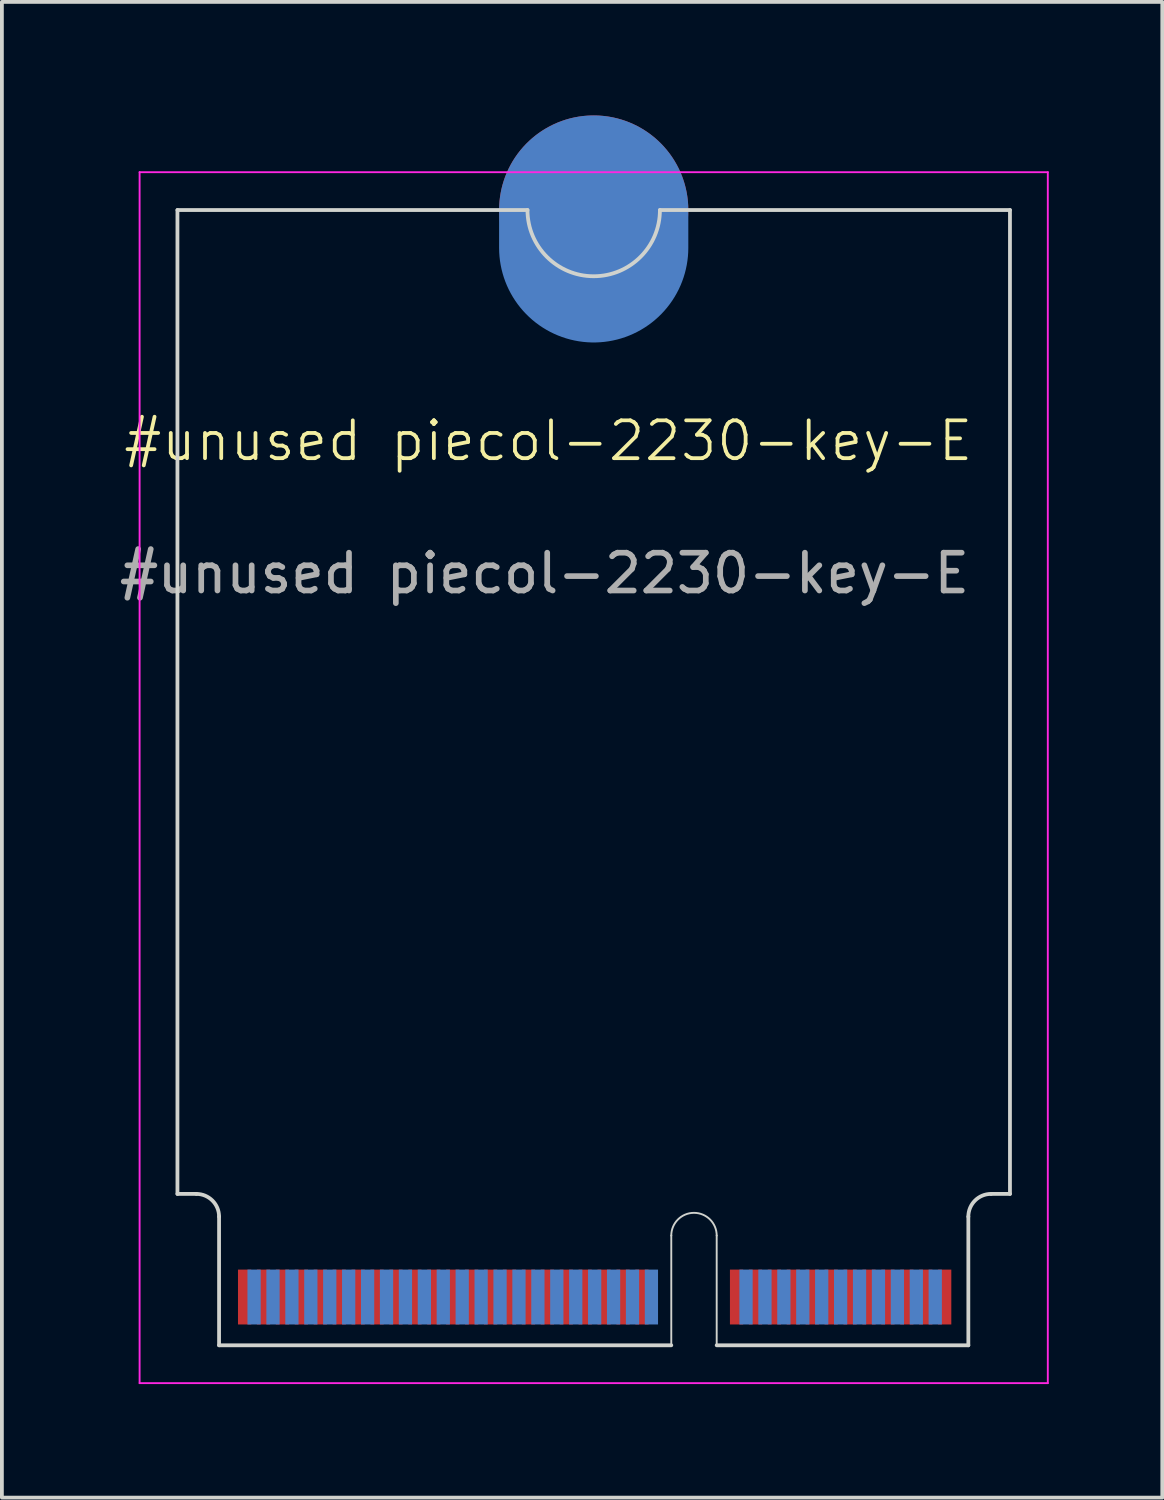
<source format=kicad_pcb>
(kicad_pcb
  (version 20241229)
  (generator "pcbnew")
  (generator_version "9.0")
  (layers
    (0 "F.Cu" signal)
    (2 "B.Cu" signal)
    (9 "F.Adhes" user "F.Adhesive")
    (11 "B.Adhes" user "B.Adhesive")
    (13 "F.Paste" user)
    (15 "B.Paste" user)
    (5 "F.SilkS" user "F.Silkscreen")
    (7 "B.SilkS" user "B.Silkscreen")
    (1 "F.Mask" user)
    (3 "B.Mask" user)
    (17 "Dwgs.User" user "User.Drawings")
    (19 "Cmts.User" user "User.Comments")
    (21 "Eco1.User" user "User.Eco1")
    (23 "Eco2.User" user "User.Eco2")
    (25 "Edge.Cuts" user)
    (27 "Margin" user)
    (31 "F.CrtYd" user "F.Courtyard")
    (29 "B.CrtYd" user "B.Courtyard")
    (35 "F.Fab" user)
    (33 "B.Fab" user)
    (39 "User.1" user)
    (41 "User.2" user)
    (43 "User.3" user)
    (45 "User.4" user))
  (footprint "#unused piecol-2230-key-E"
    (layer "F.Cu")
    (at 0.639 1.5)
    (property "Reference" "#unused piecol-2230-key-E" (at 10.8 7.1 0) (unlocked yes) (layer "F.SilkS") (effects (font (size 1 1) (thickness 0.1))))
    (attr smd)
    (fp_line (start 1 1) (end 1 27) (stroke (width 0.1) (type default)) (layer "Edge.Cuts"))
    (fp_line (start 1 1) (end 10.25 1) (stroke (width 0.1) (type default)) (layer "Edge.Cuts"))
    (fp_line (start 1 27) (end 1.5 27) (stroke (width 0.1) (type default)) (layer "Edge.Cuts"))
    (fp_line (start 2.1 27.6) (end 2.1 31) (stroke (width 0.1) (type default)) (layer "Edge.Cuts"))
    (fp_line (start 2.1 31) (end 14.05 31) (stroke (width 0.1) (type default)) (layer "Edge.Cuts"))
    (fp_line (start 14.05 31) (end 14.05 28.1) (stroke (width 0.05) (type default)) (layer "Edge.Cuts"))
    (fp_line (start 15.25 28.1) (end 15.25 31) (stroke (width 0.05) (type default)) (layer "Edge.Cuts"))
    (fp_line (start 15.25 31) (end 21.9 31) (stroke (width 0.1) (type default)) (layer "Edge.Cuts"))
    (fp_line (start 21.9 27.6) (end 21.9 31) (stroke (width 0.1) (type default)) (layer "Edge.Cuts"))
    (fp_line (start 23 1) (end 13.75 1) (stroke (width 0.1) (type default)) (layer "Edge.Cuts"))
    (fp_line (start 23 1) (end 23 27) (stroke (width 0.1) (type default)) (layer "Edge.Cuts"))
    (fp_line (start 23 27) (end 22.5 27) (stroke (width 0.1) (type default)) (layer "Edge.Cuts"))
    (fp_arc (start 1.5 27) (mid 1.924264 27.175736) (end 2.1 27.6) (stroke (width 0.1) (type default)) (layer "Edge.Cuts"))
    (fp_arc (start 13.75 1) (mid 12 2.75) (end 10.25 1) (stroke (width 0.1) (type default)) (layer "Edge.Cuts"))
    (fp_arc (start 14.05 28.1) (mid 14.65 27.5) (end 15.25 28.1) (stroke (width 0.05) (type default)) (layer "Edge.Cuts"))
    (fp_arc (start 21.9 27.6) (mid 22.075736 27.175736) (end 22.5 27) (stroke (width 0.1) (type default)) (layer "Edge.Cuts"))
    (fp_line (start 0 0) (end 0 32) (stroke (width 0.05) (type default)) (layer "F.CrtYd"))
    (fp_line (start 0 32) (end 24 32) (stroke (width 0.05) (type default)) (layer "F.CrtYd"))
    (fp_line (start 24 0) (end 0 0) (stroke (width 0.05) (type default)) (layer "F.CrtYd"))
    (fp_line (start 24 32) (end 24 0) (stroke (width 0.05) (type default)) (layer "F.CrtYd"))
    (fp_text user "${REFERENCE}" (at 10.7 10.6 0) (unlocked yes) (layer "F.Fab") (effects (font (size 1 1) (thickness 0.15))))
    (pad "1" connect rect (at 21.275 29.725) (size 0.35 1.45) (layers "F.Cu" "F.Mask"))
    (pad "2" connect rect (at 21.025 29.725) (size 0.35 1.45) (layers "B.Cu" "B.Mask"))
    (pad "3" connect rect (at 20.775 29.725) (size 0.35 1.45) (layers "F.Cu" "F.Mask"))
    (pad "4" connect rect (at 20.525 29.725) (size 0.35 1.45) (layers "B.Cu" "B.Mask"))
    (pad "5" connect rect (at 20.275 29.725) (size 0.35 1.45) (layers "F.Cu" "F.Mask"))
    (pad "6" connect rect (at 20.025 29.725) (size 0.35 1.45) (layers "B.Cu" "B.Mask"))
    (pad "7" connect rect (at 19.775 29.725) (size 0.35 1.45) (layers "F.Cu" "F.Mask"))
    (pad "8" connect rect (at 19.525 29.725) (size 0.35 1.45) (layers "B.Cu" "B.Mask"))
    (pad "9" connect rect (at 19.275 29.725) (size 0.35 1.45) (layers "F.Cu" "F.Mask"))
    (pad "10" connect rect (at 19.025 29.725) (size 0.35 1.45) (layers "B.Cu" "B.Mask"))
    (pad "11" connect rect (at 18.775 29.725) (size 0.35 1.45) (layers "F.Cu" "F.Mask"))
    (pad "12" connect rect (at 18.525 29.725) (size 0.35 1.45) (layers "B.Cu" "B.Mask"))
    (pad "13" connect rect (at 18.275 29.725) (size 0.35 1.45) (layers "F.Cu" "F.Mask"))
    (pad "14" connect rect (at 18.025 29.725) (size 0.35 1.45) (layers "B.Cu" "B.Mask"))
    (pad "15" connect rect (at 17.775 29.725) (size 0.35 1.45) (layers "F.Cu" "F.Mask"))
    (pad "16" connect rect (at 17.525 29.725) (size 0.35 1.45) (layers "B.Cu" "B.Mask"))
    (pad "17" connect rect (at 17.275 29.725) (size 0.35 1.45) (layers "F.Cu" "F.Mask"))
    (pad "18" connect rect (at 17.025 29.725) (size 0.35 1.45) (layers "B.Cu" "B.Mask"))
    (pad "19" connect rect (at 16.775 29.725) (size 0.35 1.45) (layers "F.Cu" "F.Mask"))
    (pad "20" connect rect (at 16.525 29.725) (size 0.35 1.45) (layers "B.Cu" "B.Mask"))
    (pad "21" connect rect (at 16.275 29.725) (size 0.35 1.45) (layers "F.Cu" "F.Mask"))
    (pad "22" connect rect (at 16.025 29.725) (size 0.35 1.45) (layers "B.Cu" "B.Mask"))
    (pad "23" connect rect (at 15.775 29.725) (size 0.35 1.45) (layers "F.Cu" "F.Mask"))
    (pad "32" connect rect (at 13.525 29.725) (size 0.35 1.45) (layers "B.Cu" "B.Mask"))
    (pad "33" connect rect (at 13.275 29.725) (size 0.35 1.45) (layers "F.Cu" "F.Mask"))
    (pad "34" connect rect (at 13.025 29.725) (size 0.35 1.45) (layers "B.Cu" "B.Mask"))
    (pad "35" connect rect (at 12.775 29.725) (size 0.35 1.45) (layers "F.Cu" "F.Mask"))
    (pad "36" connect rect (at 12.525 29.725) (size 0.35 1.45) (layers "B.Cu" "B.Mask"))
    (pad "37" connect rect (at 12.275 29.725) (size 0.35 1.45) (layers "F.Cu" "F.Mask"))
    (pad "38" connect rect (at 12.025 29.725) (size 0.35 1.45) (layers "B.Cu" "B.Mask"))
    (pad "39" connect rect (at 11.775 29.725) (size 0.35 1.45) (layers "F.Cu" "F.Mask"))
    (pad "40" connect rect (at 11.525 29.725) (size 0.35 1.45) (layers "B.Cu" "B.Mask"))
    (pad "41" connect rect (at 11.275 29.725) (size 0.35 1.45) (layers "F.Cu" "F.Mask"))
    (pad "42" connect rect (at 11.025 29.725) (size 0.35 1.45) (layers "B.Cu" "B.Mask"))
    (pad "43" connect rect (at 10.775 29.725) (size 0.35 1.45) (layers "F.Cu" "F.Mask"))
    (pad "44" connect rect (at 10.525 29.725) (size 0.35 1.45) (layers "B.Cu" "B.Mask"))
    (pad "45" connect rect (at 10.275 29.725) (size 0.35 1.45) (layers "F.Cu" "F.Mask"))
    (pad "46" connect rect (at 10.025 29.725) (size 0.35 1.45) (layers "B.Cu" "B.Mask"))
    (pad "47" connect rect (at 9.775 29.725) (size 0.35 1.45) (layers "F.Cu" "F.Mask"))
    (pad "48" connect rect (at 9.525 29.725) (size 0.35 1.45) (layers "B.Cu" "B.Mask"))
    (pad "49" connect rect (at 9.275 29.725) (size 0.35 1.45) (layers "F.Cu" "F.Mask"))
    (pad "50" connect rect (at 9.025 29.725) (size 0.35 1.45) (layers "B.Cu" "B.Mask"))
    (pad "51" connect rect (at 8.775 29.725) (size 0.35 1.45) (layers "F.Cu" "F.Mask"))
    (pad "52" connect rect (at 8.525 29.725) (size 0.35 1.45) (layers "B.Cu" "B.Mask"))
    (pad "53" connect rect (at 8.275 29.725) (size 0.35 1.45) (layers "F.Cu" "F.Mask"))
    (pad "54" connect rect (at 8.025 29.725) (size 0.35 1.45) (layers "B.Cu" "B.Mask"))
    (pad "55" connect rect (at 7.775 29.725) (size 0.35 1.45) (layers "F.Cu" "F.Mask"))
    (pad "56" connect rect (at 7.525 29.725) (size 0.35 1.45) (layers "B.Cu" "B.Mask"))
    (pad "57" connect rect (at 7.275 29.725) (size 0.35 1.45) (layers "F.Cu" "F.Mask"))
    (pad "58" connect rect (at 7.025 29.725) (size 0.35 1.45) (layers "B.Cu" "B.Mask"))
    (pad "59" connect rect (at 6.775 29.725) (size 0.35 1.45) (layers "F.Cu" "F.Mask"))
    (pad "60" connect rect (at 6.525 29.725) (size 0.35 1.45) (layers "B.Cu" "B.Mask"))
    (pad "61" connect rect (at 6.275 29.725) (size 0.35 1.45) (layers "F.Cu" "F.Mask"))
    (pad "62" connect rect (at 6.025 29.725) (size 0.35 1.45) (layers "B.Cu" "B.Mask"))
    (pad "63" connect rect (at 5.775 29.725) (size 0.35 1.45) (layers "F.Cu" "F.Mask"))
    (pad "64" connect rect (at 5.525 29.725) (size 0.35 1.45) (layers "B.Cu" "B.Mask"))
    (pad "65" connect rect (at 5.275 29.725) (size 0.35 1.45) (layers "F.Cu" "F.Mask"))
    (pad "66" connect rect (at 5.025 29.725) (size 0.35 1.45) (layers "B.Cu" "B.Mask"))
    (pad "67" connect rect (at 4.775 29.725) (size 0.35 1.45) (layers "F.Cu" "F.Mask"))
    (pad "68" connect rect (at 4.525 29.725) (size 0.35 1.45) (layers "B.Cu" "B.Mask"))
    (pad "69" connect rect (at 4.275 29.725) (size 0.35 1.45) (layers "F.Cu" "F.Mask"))
    (pad "70" connect rect (at 4.025 29.725) (size 0.35 1.45) (layers "B.Cu" "B.Mask"))
    (pad "71" connect rect (at 3.775 29.725) (size 0.35 1.45) (layers "F.Cu" "F.Mask"))
    (pad "72" connect rect (at 3.525 29.725) (size 0.35 1.45) (layers "B.Cu" "B.Mask"))
    (pad "73" connect rect (at 3.275 29.725) (size 0.35 1.45) (layers "F.Cu" "F.Mask"))
    (pad "74" connect rect (at 3.025 29.725) (size 0.35 1.45) (layers "B.Cu" "B.Mask"))
    (pad "75" connect rect (at 2.775 29.725) (size 0.35 1.45) (layers "F.Cu" "F.Mask"))
    (pad "76" connect circle (at 12 1) (size 5 5) (layers "F.Cu" "F.Mask"))
    (pad "77" connect oval (at 12 1.5) (size 5 6) (layers "B.Cu" "B.Mask")))
  (gr_rect
    (start -3 -3)
    (end 27.664 36.525)
    (stroke (width 0.1) (type default))
    (fill no)
    (layer "Edge.Cuts")))
</source>
